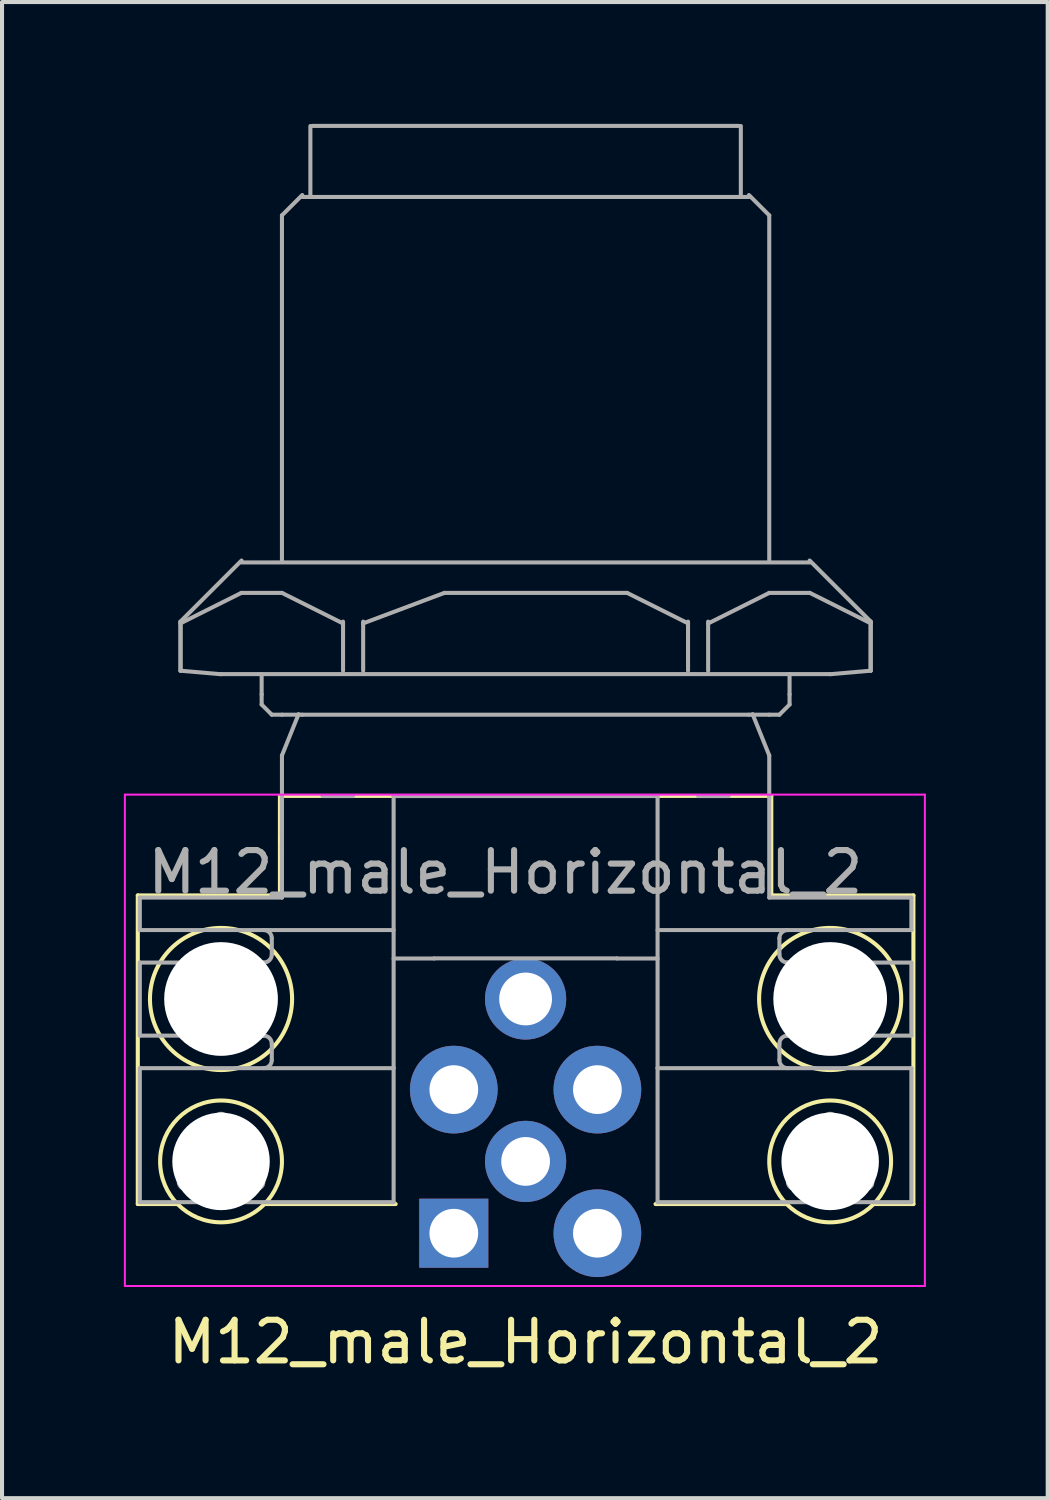
<source format=kicad_pcb>
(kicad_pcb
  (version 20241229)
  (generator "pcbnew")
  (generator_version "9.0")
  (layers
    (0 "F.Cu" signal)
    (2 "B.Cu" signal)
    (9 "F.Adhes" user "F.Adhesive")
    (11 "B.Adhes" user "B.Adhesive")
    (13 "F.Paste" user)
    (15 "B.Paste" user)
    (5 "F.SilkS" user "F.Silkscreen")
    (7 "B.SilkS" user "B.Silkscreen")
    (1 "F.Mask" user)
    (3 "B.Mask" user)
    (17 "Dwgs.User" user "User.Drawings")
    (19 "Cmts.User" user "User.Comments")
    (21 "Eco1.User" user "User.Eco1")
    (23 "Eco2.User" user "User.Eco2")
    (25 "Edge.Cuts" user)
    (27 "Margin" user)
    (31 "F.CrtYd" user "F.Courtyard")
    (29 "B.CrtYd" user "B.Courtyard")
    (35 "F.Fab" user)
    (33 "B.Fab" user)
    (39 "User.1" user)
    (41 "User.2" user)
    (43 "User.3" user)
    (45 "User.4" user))
  (footprint "M12_male_Horizontal_2"
    (layer "F.Cu")
    (at 8.125 27.318)
    (property "Reference" "M12_male_Horizontal_2" (at 1.768 2.677 0) (layer "F.SilkS") (effects (font (size 1 1) (thickness 0.15))))
    (attr through_hole)
    (fp_line (start -7.782 -8.318) (end -7.782 -0.718) (stroke (width 0.1) (type solid)) (layer "F.SilkS"))
    (fp_line (start -7.782 -0.718) (end -6.832 -0.718) (stroke (width 0.1) (type solid)) (layer "F.SilkS"))
    (fp_line (start -4.282 -10.768) (end -4.282 -8.318) (stroke (width 0.1) (type solid)) (layer "F.SilkS"))
    (fp_line (start -4.282 -10.768) (end 7.818 -10.768) (stroke (width 0.1) (type solid)) (layer "F.SilkS"))
    (fp_line (start -4.282 -8.318) (end -7.782 -8.318) (stroke (width 0.1) (type solid)) (layer "F.SilkS"))
    (fp_line (start -1.432 -0.718) (end -4.632 -0.718) (stroke (width 0.1) (type solid)) (layer "F.SilkS"))
    (fp_line (start 4.968 -0.718) (end 8.168 -0.718) (stroke (width 0.1) (type solid)) (layer "F.SilkS"))
    (fp_line (start 7.818 -10.768) (end 7.818 -8.318) (stroke (width 0.1) (type solid)) (layer "F.SilkS"))
    (fp_line (start 7.818 -8.318) (end 11.318 -8.318) (stroke (width 0.1) (type solid)) (layer "F.SilkS"))
    (fp_line (start 11.318 -8.318) (end 11.318 -0.718) (stroke (width 0.1) (type solid)) (layer "F.SilkS"))
    (fp_line (start 11.318 -0.718) (end 10.368 -0.718) (stroke (width 0.1) (type solid)) (layer "F.SilkS"))
    (fp_circle (center -5.732 -5.768) (end -5.732 -7.518) (stroke (width 0.1) (type solid)) (fill no) (layer "F.SilkS"))
    (fp_circle (center -5.732 -1.768) (end -5.732 -3.268) (stroke (width 0.1) (type solid)) (fill no) (layer "F.SilkS"))
    (fp_circle (center 9.268 -5.768) (end 9.268 -7.518) (stroke (width 0.1) (type solid)) (fill no) (layer "F.SilkS"))
    (fp_circle (center 9.268 -1.768) (end 9.268 -3.268) (stroke (width 0.1) (type solid)) (fill no) (layer "F.SilkS"))
    (fp_line (start -8.1 -10.8) (end 11.6 -10.8) (stroke (width 0.05) (type solid)) (layer "F.CrtYd"))
    (fp_line (start -8.1 1.3) (end -8.1 -10.8) (stroke (width 0.05) (type solid)) (layer "F.CrtYd"))
    (fp_line (start 11.6 -10.8) (end 11.6 1.3) (stroke (width 0.05) (type solid)) (layer "F.CrtYd"))
    (fp_line (start 11.6 1.3) (end -8.1 1.3) (stroke (width 0.05) (type solid)) (layer "F.CrtYd"))
    (fp_line (start -7.732 -8.265) (end -7.732 -7.465) (stroke (width 0.1) (type solid)) (layer "F.Fab"))
    (fp_line (start -7.732 -8.265) (end -4.232 -8.265) (stroke (width 0.1) (type solid)) (layer "F.Fab"))
    (fp_line (start -7.732 -7.465) (end -1.482 -7.465) (stroke (width 0.1) (type solid)) (layer "F.Fab"))
    (fp_line (start -7.732 -6.665) (end -7.732 -4.865) (stroke (width 0.1) (type solid)) (layer "F.Fab"))
    (fp_line (start -7.732 -4.865) (end -4.916 -4.865) (stroke (width 0.1) (type solid)) (layer "F.Fab"))
    (fp_line (start -7.732 -4.065) (end -7.732 -0.765) (stroke (width 0.1) (type solid)) (layer "F.Fab"))
    (fp_line (start -7.732 -0.765) (end -5.732 -0.765) (stroke (width 0.1) (type solid)) (layer "F.Fab"))
    (fp_line (start -6.732 -15.06) (end -6.732 -13.852) (stroke (width 0.1) (type solid)) (layer "F.Fab"))
    (fp_line (start -6.732 -15.018) (end -5.232 -15.768) (stroke (width 0.1) (type solid)) (layer "F.Fab"))
    (fp_line (start -6.727 -15.06) (end -6.727 -13.852) (stroke (width 0.1) (type solid)) (layer "F.Fab"))
    (fp_line (start -5.732 -13.768) (end 9.268 -13.768) (stroke (width 0.1) (type solid)) (layer "F.Fab"))
    (fp_line (start -5.732 -13.765) (end -6.732 -13.852) (stroke (width 0.1) (type solid)) (layer "F.Fab"))
    (fp_line (start -5.732 -0.765) (end -1.482 -0.765) (stroke (width 0.1) (type solid)) (layer "F.Fab"))
    (fp_line (start -5.232 -16.518) (end 8.768 -16.518) (stroke (width 0.1) (type solid)) (layer "F.Fab"))
    (fp_line (start -5.232 -15.768) (end -4.232 -15.768) (stroke (width 0.1) (type solid)) (layer "F.Fab"))
    (fp_line (start -5.227 -16.565) (end -6.732 -15.06) (stroke (width 0.1) (type solid)) (layer "F.Fab"))
    (fp_line (start -4.916 -6.665) (end -7.732 -6.665) (stroke (width 0.1) (type solid)) (layer "F.Fab"))
    (fp_line (start -4.916 -4.865) (end -4.682 -4.865) (stroke (width 0.1) (type solid)) (layer "F.Fab"))
    (fp_line (start -4.732 -13.268) (end -4.732 -13.768) (stroke (width 0.1) (type solid)) (layer "F.Fab"))
    (fp_line (start -4.732 -13.018) (end -4.732 -13.268) (stroke (width 0.1) (type solid)) (layer "F.Fab"))
    (fp_line (start -4.682 -6.665) (end -4.916 -6.665) (stroke (width 0.1) (type solid)) (layer "F.Fab"))
    (fp_line (start -4.482 -12.768) (end -4.732 -13.018) (stroke (width 0.1) (type solid)) (layer "F.Fab"))
    (fp_line (start -4.482 -6.865) (end -4.482 -7.265) (stroke (width 0.1) (type solid)) (layer "F.Fab"))
    (fp_line (start -4.482 -4.265) (end -4.482 -4.665) (stroke (width 0.1) (type solid)) (layer "F.Fab"))
    (fp_line (start -4.232 -16.565) (end -4.232 -25.065) (stroke (width 0.1) (type solid)) (layer "F.Fab"))
    (fp_line (start -4.232 -12.768) (end -4.482 -12.768) (stroke (width 0.1) (type solid)) (layer "F.Fab"))
    (fp_line (start -4.232 -10.765) (end -4.232 -8.265) (stroke (width 0.1) (type solid)) (layer "F.Fab"))
    (fp_line (start -4.232 -9.765) (end -4.232 -11.765) (stroke (width 0.1) (type solid)) (layer "F.Fab"))
    (fp_line (start -4.232 -9.578) (end -4.232 -9.319) (stroke (width 0.1) (type solid)) (layer "F.Fab"))
    (fp_line (start -3.822 -12.782) (end -4.232 -11.765) (stroke (width 0.1) (type solid)) (layer "F.Fab"))
    (fp_line (start -3.732 -25.565) (end -4.232 -25.065) (stroke (width 0.1) (type solid)) (layer "F.Fab"))
    (fp_line (start -3.732 -25.518) (end 7.268 -25.518) (stroke (width 0.1) (type solid)) (layer "F.Fab"))
    (fp_line (start -3.732 -12.768) (end -4.232 -12.768) (stroke (width 0.1) (type solid)) (layer "F.Fab"))
    (fp_line (start -3.732 -12.768) (end 7.268 -12.768) (stroke (width 0.1) (type solid)) (layer "F.Fab"))
    (fp_line (start -3.532 -25.565) (end -3.532 -27.265) (stroke (width 0.1) (type solid)) (layer "F.Fab"))
    (fp_line (start -3.482 -27.268) (end 7.018 -27.268) (stroke (width 0.1) (type solid)) (layer "F.Fab"))
    (fp_line (start -2.732 -15.018) (end -4.232 -15.768) (stroke (width 0.1) (type solid)) (layer "F.Fab"))
    (fp_line (start -2.727 -15.06) (end -2.727 -13.852) (stroke (width 0.1) (type solid)) (layer "F.Fab"))
    (fp_line (start -2.482 -10.765) (end -3.232 -10.765) (stroke (width 0.1) (type solid)) (layer "F.Fab"))
    (fp_line (start -2.232 -15.06) (end -2.232 -13.852) (stroke (width 0.1) (type solid)) (layer "F.Fab"))
    (fp_line (start -2.232 -15.018) (end -0.232 -15.768) (stroke (width 0.1) (type solid)) (layer "F.Fab"))
    (fp_line (start -1.482 -10.765) (end -1.482 -4.065) (stroke (width 0.1) (type solid)) (layer "F.Fab"))
    (fp_line (start -1.482 -10.765) (end 5.018 -10.765) (stroke (width 0.1) (type solid)) (layer "F.Fab"))
    (fp_line (start -1.482 -4.065) (end -7.732 -4.065) (stroke (width 0.1) (type solid)) (layer "F.Fab"))
    (fp_line (start -1.482 -4.065) (end -1.482 -0.765) (stroke (width 0.1) (type solid)) (layer "F.Fab"))
    (fp_line (start -0.482 -6.768) (end 4.018 -6.768) (stroke (width 0.1) (type solid)) (layer "F.Fab"))
    (fp_line (start -0.482 -6.765) (end -1.482 -6.765) (stroke (width 0.1) (type solid)) (layer "F.Fab"))
    (fp_line (start 4.268 -15.768) (end -0.232 -15.768) (stroke (width 0.1) (type solid)) (layer "F.Fab"))
    (fp_line (start 5.018 -7.465) (end 11.268 -7.465) (stroke (width 0.1) (type solid)) (layer "F.Fab"))
    (fp_line (start 5.018 -6.765) (end 4.018 -6.765) (stroke (width 0.1) (type solid)) (layer "F.Fab"))
    (fp_line (start 5.018 -4.065) (end 5.018 -10.765) (stroke (width 0.1) (type solid)) (layer "F.Fab"))
    (fp_line (start 5.018 -4.065) (end 5.018 -0.765) (stroke (width 0.1) (type solid)) (layer "F.Fab"))
    (fp_line (start 5.018 -0.765) (end 9.268 -0.765) (stroke (width 0.1) (type solid)) (layer "F.Fab"))
    (fp_line (start 5.768 -15.06) (end 5.768 -13.852) (stroke (width 0.1) (type solid)) (layer "F.Fab"))
    (fp_line (start 5.768 -15.018) (end 4.268 -15.768) (stroke (width 0.1) (type solid)) (layer "F.Fab"))
    (fp_line (start 6.018 -10.765) (end 6.768 -10.765) (stroke (width 0.1) (type solid)) (layer "F.Fab"))
    (fp_line (start 6.263 -15.06) (end 6.263 -13.852) (stroke (width 0.1) (type solid)) (layer "F.Fab"))
    (fp_line (start 6.268 -15.018) (end 7.768 -15.768) (stroke (width 0.1) (type solid)) (layer "F.Fab"))
    (fp_line (start 7.068 -25.565) (end 7.068 -27.265) (stroke (width 0.1) (type solid)) (layer "F.Fab"))
    (fp_line (start 7.268 -25.565) (end 7.768 -25.065) (stroke (width 0.1) (type solid)) (layer "F.Fab"))
    (fp_line (start 7.268 -12.768) (end 7.768 -12.768) (stroke (width 0.1) (type solid)) (layer "F.Fab"))
    (fp_line (start 7.358 -12.782) (end 7.768 -11.765) (stroke (width 0.1) (type solid)) (layer "F.Fab"))
    (fp_line (start 7.768 -16.565) (end 7.768 -25.065) (stroke (width 0.1) (type solid)) (layer "F.Fab"))
    (fp_line (start 7.768 -12.768) (end 8.018 -12.768) (stroke (width 0.1) (type solid)) (layer "F.Fab"))
    (fp_line (start 7.768 -10.765) (end 7.768 -11.765) (stroke (width 0.1) (type solid)) (layer "F.Fab"))
    (fp_line (start 7.768 -8.265) (end 7.768 -10.765) (stroke (width 0.1) (type solid)) (layer "F.Fab"))
    (fp_line (start 7.768 -8.265) (end 11.268 -8.265) (stroke (width 0.1) (type solid)) (layer "F.Fab"))
    (fp_line (start 8.018 -12.768) (end 8.268 -13.018) (stroke (width 0.1) (type solid)) (layer "F.Fab"))
    (fp_line (start 8.018 -7.265) (end 8.018 -6.865) (stroke (width 0.1) (type solid)) (layer "F.Fab"))
    (fp_line (start 8.018 -4.665) (end 8.018 -4.265) (stroke (width 0.1) (type solid)) (layer "F.Fab"))
    (fp_line (start 8.218 -6.665) (end 8.451 -6.665) (stroke (width 0.1) (type solid)) (layer "F.Fab"))
    (fp_line (start 8.268 -13.268) (end 8.268 -13.768) (stroke (width 0.1) (type solid)) (layer "F.Fab"))
    (fp_line (start 8.268 -13.018) (end 8.268 -13.268) (stroke (width 0.1) (type solid)) (layer "F.Fab"))
    (fp_line (start 8.451 -6.665) (end 11.268 -6.665) (stroke (width 0.1) (type solid)) (layer "F.Fab"))
    (fp_line (start 8.451 -4.865) (end 8.218 -4.865) (stroke (width 0.1) (type solid)) (layer "F.Fab"))
    (fp_line (start 8.763 -16.565) (end 10.268 -15.06) (stroke (width 0.1) (type solid)) (layer "F.Fab"))
    (fp_line (start 8.768 -15.768) (end 7.768 -15.768) (stroke (width 0.1) (type solid)) (layer "F.Fab"))
    (fp_line (start 9.268 -13.765) (end 10.268 -13.852) (stroke (width 0.1) (type solid)) (layer "F.Fab"))
    (fp_line (start 9.268 -0.765) (end 11.268 -0.765) (stroke (width 0.1) (type solid)) (layer "F.Fab"))
    (fp_line (start 10.263 -15.06) (end 10.263 -13.852) (stroke (width 0.1) (type solid)) (layer "F.Fab"))
    (fp_line (start 10.268 -15.06) (end 10.268 -13.852) (stroke (width 0.1) (type solid)) (layer "F.Fab"))
    (fp_line (start 10.268 -15.018) (end 8.768 -15.768) (stroke (width 0.1) (type solid)) (layer "F.Fab"))
    (fp_line (start 11.268 -8.265) (end 11.268 -7.465) (stroke (width 0.1) (type solid)) (layer "F.Fab"))
    (fp_line (start 11.268 -6.665) (end 11.268 -4.865) (stroke (width 0.1) (type solid)) (layer "F.Fab"))
    (fp_line (start 11.268 -4.865) (end 8.451 -4.865) (stroke (width 0.1) (type solid)) (layer "F.Fab"))
    (fp_line (start 11.268 -4.065) (end 5.018 -4.065) (stroke (width 0.1) (type solid)) (layer "F.Fab"))
    (fp_line (start 11.268 -4.065) (end 11.268 -0.765) (stroke (width 0.1) (type solid)) (layer "F.Fab"))
    (fp_arc (start -6.672161 -1.423481) (mid -6.598258 -2.264851) (end -5.906562 -2.749539) (stroke (width 0.1) (type solid)) (layer "F.Fab"))
    (fp_arc (start -6.550185 -1.096585) (mid -6.762217 -1.203673) (end -6.672162 -1.423481) (stroke (width 0.1) (type solid)) (layer "F.Fab"))
    (fp_arc (start -6.497834 -1.121535) (mid -6.516399 -1.110179) (end -6.536229 -1.101214) (stroke (width 0.1) (type solid)) (layer "F.Fab"))
    (fp_arc (start -5.906562 -2.749539) (mid -5.907115 -2.771295) (end -5.904963 -2.792951) (stroke (width 0.1) (type solid)) (layer "F.Fab"))
    (fp_arc (start -5.901994 -2.807352) (mid -5.732233 -2.939852) (end -5.562472 -2.807352) (stroke (width 0.1) (type solid)) (layer "F.Fab"))
    (fp_arc (start -5.559503 -2.792951) (mid -5.557351 -2.771295) (end -5.557904 -2.749539) (stroke (width 0.1) (type solid)) (layer "F.Fab"))
    (fp_arc (start -5.557904 -2.74954) (mid -4.866207 -2.264852) (end -4.792304 -1.423481) (stroke (width 0.1) (type solid)) (layer "F.Fab"))
    (fp_arc (start -4.966633 -1.121535) (mid -5.732233 -0.764852) (end -6.497833 -1.121535) (stroke (width 0.1) (type solid)) (layer "F.Fab"))
    (fp_arc (start -4.928238 -1.101214) (mid -4.948069 -1.110178) (end -4.966633 -1.121535) (stroke (width 0.1) (type solid)) (layer "F.Fab"))
    (fp_arc (start -4.792305 -1.423481) (mid -4.773188 -1.413082) (end -4.755509 -1.40039) (stroke (width 0.1) (type solid)) (layer "F.Fab"))
    (fp_arc (start -4.744521 -1.390619) (mid -4.692899 -1.289124) (end -4.714653 -1.177352) (stroke (width 0.1) (type solid)) (layer "F.Fab"))
    (fp_arc (start -4.714653 -1.177351) (mid -4.800573 -1.102626) (end -4.914282 -1.096584) (stroke (width 0.1) (type solid)) (layer "F.Fab"))
    (fp_arc (start -4.682233 -7.464852) (mid -4.540812 -7.406273) (end -4.482233 -7.264852) (stroke (width 0.1) (type solid)) (layer "F.Fab"))
    (fp_arc (start -4.682233 -4.864852) (mid -4.540812 -4.806273) (end -4.482233 -4.664852) (stroke (width 0.1) (type solid)) (layer "F.Fab"))
    (fp_arc (start -4.482233 -6.864852) (mid -4.540812 -6.723431) (end -4.682233 -6.664852) (stroke (width 0.1) (type solid)) (layer "F.Fab"))
    (fp_arc (start -4.482233 -4.264852) (mid -4.540812 -4.123431) (end -4.682233 -4.064852) (stroke (width 0.1) (type solid)) (layer "F.Fab"))
    (fp_arc (start 8.017767 -7.264852) (mid 8.076346 -7.406273) (end 8.217767 -7.464852) (stroke (width 0.1) (type solid)) (layer "F.Fab"))
    (fp_arc (start 8.017767 -4.664852) (mid 8.076346 -4.806273) (end 8.217767 -4.864852) (stroke (width 0.1) (type solid)) (layer "F.Fab"))
    (fp_arc (start 8.217767 -6.664852) (mid 8.076346 -6.723431) (end 8.017767 -6.864852) (stroke (width 0.1) (type solid)) (layer "F.Fab"))
    (fp_arc (start 8.217767 -4.064852) (mid 8.076346 -4.123431) (end 8.017767 -4.264852) (stroke (width 0.1) (type solid)) (layer "F.Fab"))
    (fp_arc (start 8.291042 -1.40039) (mid 8.308721 -1.413082) (end 8.327838 -1.423481) (stroke (width 0.1) (type solid)) (layer "F.Fab"))
    (fp_arc (start 8.327839 -1.423481) (mid 8.401742 -2.264851) (end 9.093438 -2.749539) (stroke (width 0.1) (type solid)) (layer "F.Fab"))
    (fp_arc (start 8.449815 -1.096585) (mid 8.250187 -1.177352) (end 8.280055 -1.390619) (stroke (width 0.1) (type solid)) (layer "F.Fab"))
    (fp_arc (start 8.502166 -1.121535) (mid 8.483601 -1.110179) (end 8.463771 -1.101214) (stroke (width 0.1) (type solid)) (layer "F.Fab"))
    (fp_arc (start 9.093438 -2.749539) (mid 9.092885 -2.771295) (end 9.095037 -2.792951) (stroke (width 0.1) (type solid)) (layer "F.Fab"))
    (fp_arc (start 9.098006 -2.807352) (mid 9.267767 -2.939852) (end 9.437528 -2.807352) (stroke (width 0.1) (type solid)) (layer "F.Fab"))
    (fp_arc (start 9.440497 -2.792951) (mid 9.442649 -2.771295) (end 9.442096 -2.749539) (stroke (width 0.1) (type solid)) (layer "F.Fab"))
    (fp_arc (start 9.442096 -2.74954) (mid 10.133793 -2.264852) (end 10.207696 -1.423481) (stroke (width 0.1) (type solid)) (layer "F.Fab"))
    (fp_arc (start 10.033367 -1.121535) (mid 9.267767 -0.764852) (end 8.502167 -1.121535) (stroke (width 0.1) (type solid)) (layer "F.Fab"))
    (fp_arc (start 10.071762 -1.101214) (mid 10.051931 -1.110178) (end 10.033367 -1.121535) (stroke (width 0.1) (type solid)) (layer "F.Fab"))
    (fp_arc (start 10.207695 -1.423481) (mid 10.226812 -1.413082) (end 10.244491 -1.40039) (stroke (width 0.1) (type solid)) (layer "F.Fab"))
    (fp_arc (start 10.255479 -1.390619) (mid 10.307101 -1.289124) (end 10.285347 -1.177353) (stroke (width 0.1) (type solid)) (layer "F.Fab"))
    (fp_arc (start 10.285347 -1.177351) (mid 10.199427 -1.102626) (end 10.085718 -1.096584) (stroke (width 0.1) (type solid)) (layer "F.Fab"))
    (fp_circle (center 0 -3.535) (end -0.4 -3.535) (stroke (width 0.1) (type solid)) (fill no) (layer "F.Fab"))
    (fp_circle (center 0 -0.005) (end -0.4 -0.005) (stroke (width 0.1) (type solid)) (fill no) (layer "F.Fab"))
    (fp_circle (center 1.768 -1.765) (end 1.368 -1.765) (stroke (width 0.1) (type solid)) (fill no) (layer "F.Fab"))
    (fp_circle (center 3.536 -3.535) (end 3.136 -3.535) (stroke (width 0.1) (type solid)) (fill no) (layer "F.Fab"))
    (fp_circle (center 3.536 -0.005) (end 3.136 -0.005) (stroke (width 0.1) (type solid)) (fill no) (layer "F.Fab"))
    (fp_text user "${REFERENCE}" (at 1.27 -8.89 0) (layer "F.Fab") (effects (font (size 1 1) (thickness 0.15))))
    (pad "" np_thru_hole circle (at -5.732 -5.768) (size 2.8 2.8) (drill 2.8) (layers "*.Cu" "*.Mask"))
    (pad "" np_thru_hole circle (at -5.732 -1.768) (size 2.4 2.4) (drill 2.4) (layers "*.Cu" "*.Mask"))
    (pad "" np_thru_hole circle (at 9.268 -5.768) (size 2.8 2.8) (drill 2.8) (layers "*.Cu" "*.Mask"))
    (pad "" np_thru_hole circle (at 9.268 -1.768) (size 2.4 2.4) (drill 2.4) (layers "*.Cu" "*.Mask"))
    (pad "1" thru_hole rect (at 0 0) (size 1.7 1.7) (drill 1.2) (layers "*.Cu" "*.Mask"))
    (pad "2" thru_hole circle (at 3.536 0) (size 2.16 2.16) (drill 1.2) (layers "*.Cu" "*.Mask"))
    (pad "3" thru_hole circle (at 3.536 -3.536) (size 2.16 2.16) (drill 1.2) (layers "*.Cu" "*.Mask"))
    (pad "4" thru_hole circle (at 0 -3.536) (size 2.16 2.16) (drill 1.2) (layers "*.Cu" "*.Mask"))
    (pad "5" thru_hole circle (at 1.768 -1.768) (size 2 2) (drill 1.2) (layers "*.Cu" "*.Mask"))
    (pad "S" thru_hole circle (at 1.768 -5.768) (size 2 2) (drill 1.3) (layers "*.Cu" "*.Mask")))
  (gr_rect
    (start -3 -3)
    (end 22.75 33.843)
    (stroke (width 0.1) (type default))
    (fill no)
    (layer "Edge.Cuts")))
</source>
